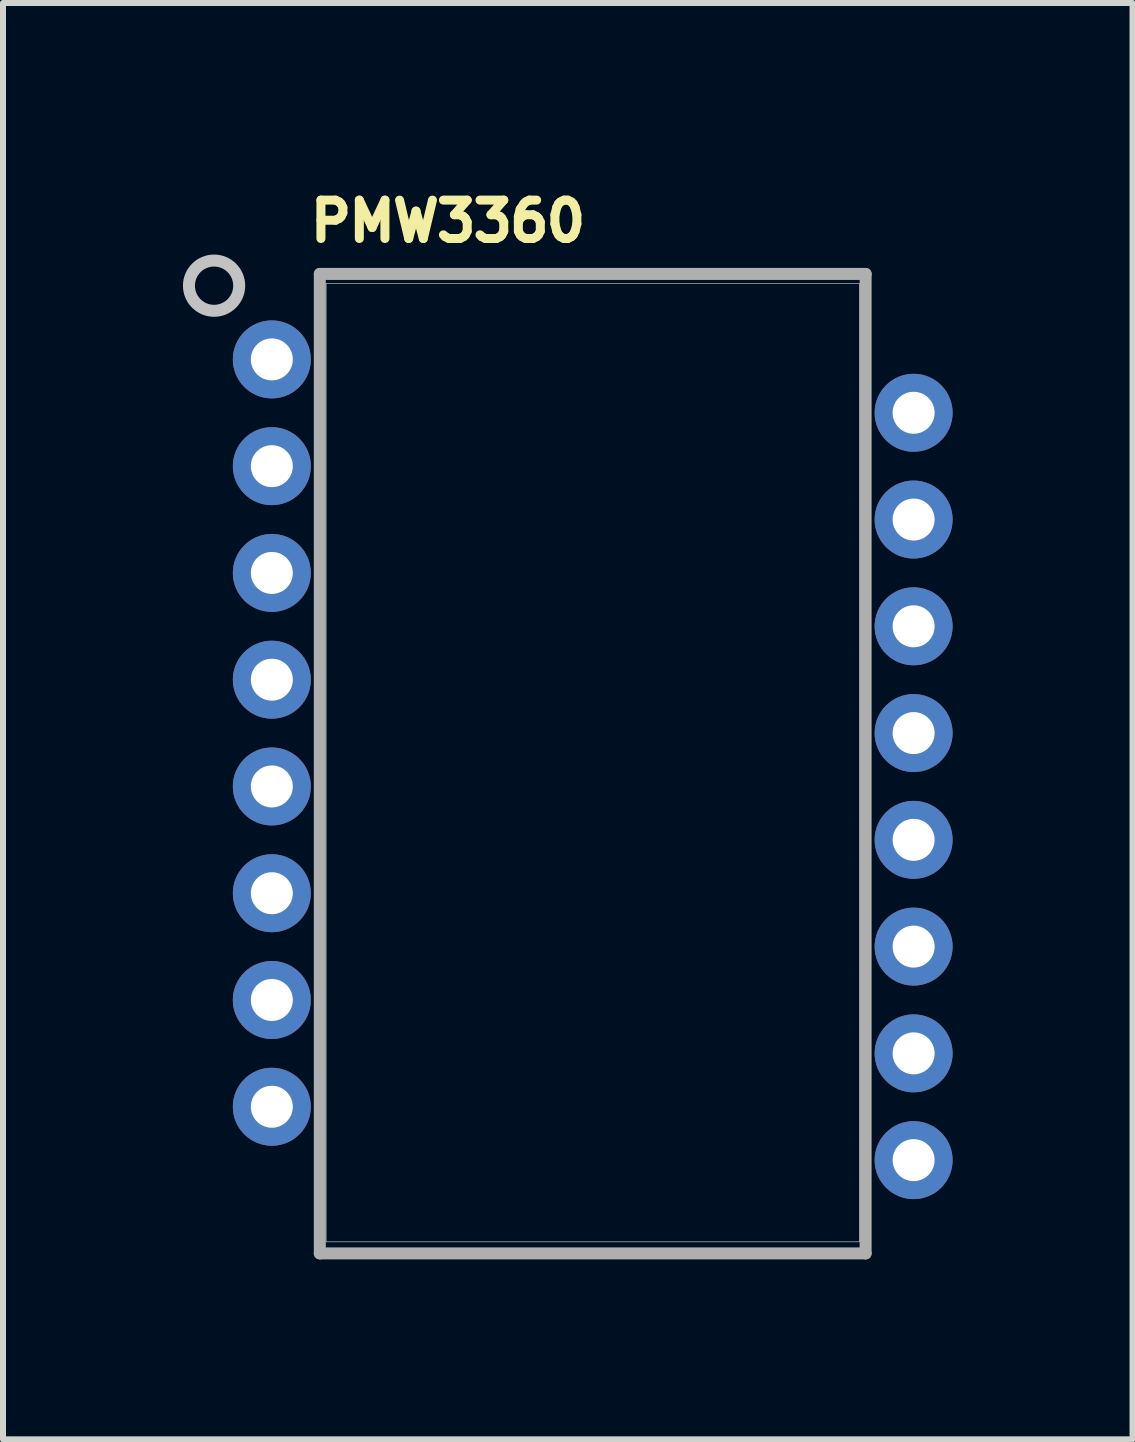
<source format=kicad_pcb>
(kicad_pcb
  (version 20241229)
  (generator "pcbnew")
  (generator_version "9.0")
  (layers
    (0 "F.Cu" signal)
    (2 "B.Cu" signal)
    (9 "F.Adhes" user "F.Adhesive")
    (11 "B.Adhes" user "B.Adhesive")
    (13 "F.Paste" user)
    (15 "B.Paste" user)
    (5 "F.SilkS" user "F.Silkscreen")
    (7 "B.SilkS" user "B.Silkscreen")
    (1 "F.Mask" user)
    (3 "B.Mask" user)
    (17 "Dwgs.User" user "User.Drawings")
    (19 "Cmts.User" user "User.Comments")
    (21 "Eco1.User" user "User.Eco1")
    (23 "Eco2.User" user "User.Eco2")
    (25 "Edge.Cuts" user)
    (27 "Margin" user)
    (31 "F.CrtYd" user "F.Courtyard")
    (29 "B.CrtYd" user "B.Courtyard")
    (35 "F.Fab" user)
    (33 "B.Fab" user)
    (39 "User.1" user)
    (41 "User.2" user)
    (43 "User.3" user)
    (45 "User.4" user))
  (footprint "PMW3360"
    (layer "F.Cu")
    (at 6.832 9.617)
    (property "Reference" "PMW3360" (at -2.413 -8.979 0) (layer "F.SilkS") (effects (font (size 0.64 0.64) (thickness 0.15))))
    (attr through_hole)
    (fp_circle (center -6.313 -7.904) (end -5.894 -7.904) (stroke (width 0.2) (type solid)) (fill no) (layer "Dwgs.User"))
    (fp_line (start -4.445 -7.938) (end 4.445 -7.938) (stroke (width 0.01) (type solid)) (layer "Edge.Cuts"))
    (fp_line (start -4.445 8.037) (end -4.445 -7.938) (stroke (width 0.01) (type solid)) (layer "Edge.Cuts"))
    (fp_line (start 4.445 -7.938) (end 4.445 8.037) (stroke (width 0.01) (type solid)) (layer "Edge.Cuts"))
    (fp_line (start 4.445 8.037) (end -4.445 8.037) (stroke (width 0.01) (type solid)) (layer "Edge.Cuts"))
    (fp_line (start -4.55 -8.1) (end 4.55 -8.1) (stroke (width 0.2) (type solid)) (layer "F.Fab"))
    (fp_line (start -4.55 8.23) (end -4.55 -8.1) (stroke (width 0.2) (type solid)) (layer "F.Fab"))
    (fp_line (start 4.55 -8.1) (end 4.55 8.23) (stroke (width 0.2) (type solid)) (layer "F.Fab"))
    (fp_line (start 4.55 8.23) (end -4.55 8.23) (stroke (width 0.2) (type solid)) (layer "F.Fab"))
    (pad "1" thru_hole circle (at -5.35 -6.675) (size 1.3 1.3) (drill 0.7) (layers "*.Cu" "*.Mask"))
    (pad "2" thru_hole circle (at -5.35 -4.895) (size 1.3 1.3) (drill 0.7) (layers "*.Cu" "*.Mask"))
    (pad "3" thru_hole circle (at -5.35 -3.115) (size 1.3 1.3) (drill 0.7) (layers "*.Cu" "*.Mask"))
    (pad "4" thru_hole circle (at -5.35 -1.335) (size 1.3 1.3) (drill 0.7) (layers "*.Cu" "*.Mask"))
    (pad "5" thru_hole circle (at -5.35 0.445) (size 1.3 1.3) (drill 0.7) (layers "*.Cu" "*.Mask"))
    (pad "6" thru_hole circle (at -5.35 2.225) (size 1.3 1.3) (drill 0.7) (layers "*.Cu" "*.Mask"))
    (pad "7" thru_hole circle (at -5.35 4.005) (size 1.3 1.3) (drill 0.7) (layers "*.Cu" "*.Mask"))
    (pad "8" thru_hole circle (at -5.35 5.785) (size 1.3 1.3) (drill 0.7) (layers "*.Cu" "*.Mask"))
    (pad "9" thru_hole circle (at 5.35 6.675) (size 1.3 1.3) (drill 0.7) (layers "*.Cu" "*.Mask"))
    (pad "10" thru_hole circle (at 5.35 4.895) (size 1.3 1.3) (drill 0.7) (layers "*.Cu" "*.Mask"))
    (pad "11" thru_hole circle (at 5.35 3.115) (size 1.3 1.3) (drill 0.7) (layers "*.Cu" "*.Mask"))
    (pad "12" thru_hole circle (at 5.35 1.335) (size 1.3 1.3) (drill 0.7) (layers "*.Cu" "*.Mask"))
    (pad "13" thru_hole circle (at 5.35 -0.445) (size 1.3 1.3) (drill 0.7) (layers "*.Cu" "*.Mask"))
    (pad "14" thru_hole circle (at 5.35 -2.225) (size 1.3 1.3) (drill 0.7) (layers "*.Cu" "*.Mask"))
    (pad "15" thru_hole circle (at 5.35 -4.005) (size 1.3 1.3) (drill 0.7) (layers "*.Cu" "*.Mask"))
    (pad "16" thru_hole circle (at 5.35 -5.785) (size 1.3 1.3) (drill 0.7) (layers "*.Cu" "*.Mask"))
    (zone (net_name "") (layer "F.Cu") (hatch full 0.508) (connect_pads) (min_thickness 0.127) (filled_areas_thickness no) (keepout (tracks not_allowed) (vias not_allowed) (pads not_allowed) (copperpour not_allowed) (footprints allowed)) (placement (enabled no)) (fill) (polygon (pts (xy 2.387 1.679) (xy 11.277 1.679) (xy 11.277 17.657) (xy 2.387 17.657))))
    (zone (net_name "") (layer "B.Cu") (hatch full 0.508) (connect_pads) (min_thickness 0.127) (filled_areas_thickness no) (keepout (tracks not_allowed) (vias not_allowed) (pads not_allowed) (copperpour not_allowed) (footprints allowed)) (placement (enabled no)) (fill) (polygon (pts (xy 2.387 1.679) (xy 11.277 1.679) (xy 11.277 17.657) (xy 2.392 17.657)))))
  (gr_rect
    (start -3 -3)
    (end 15.832 20.947)
    (stroke (width 0.1) (type default))
    (fill no)
    (layer "Edge.Cuts")))
</source>
